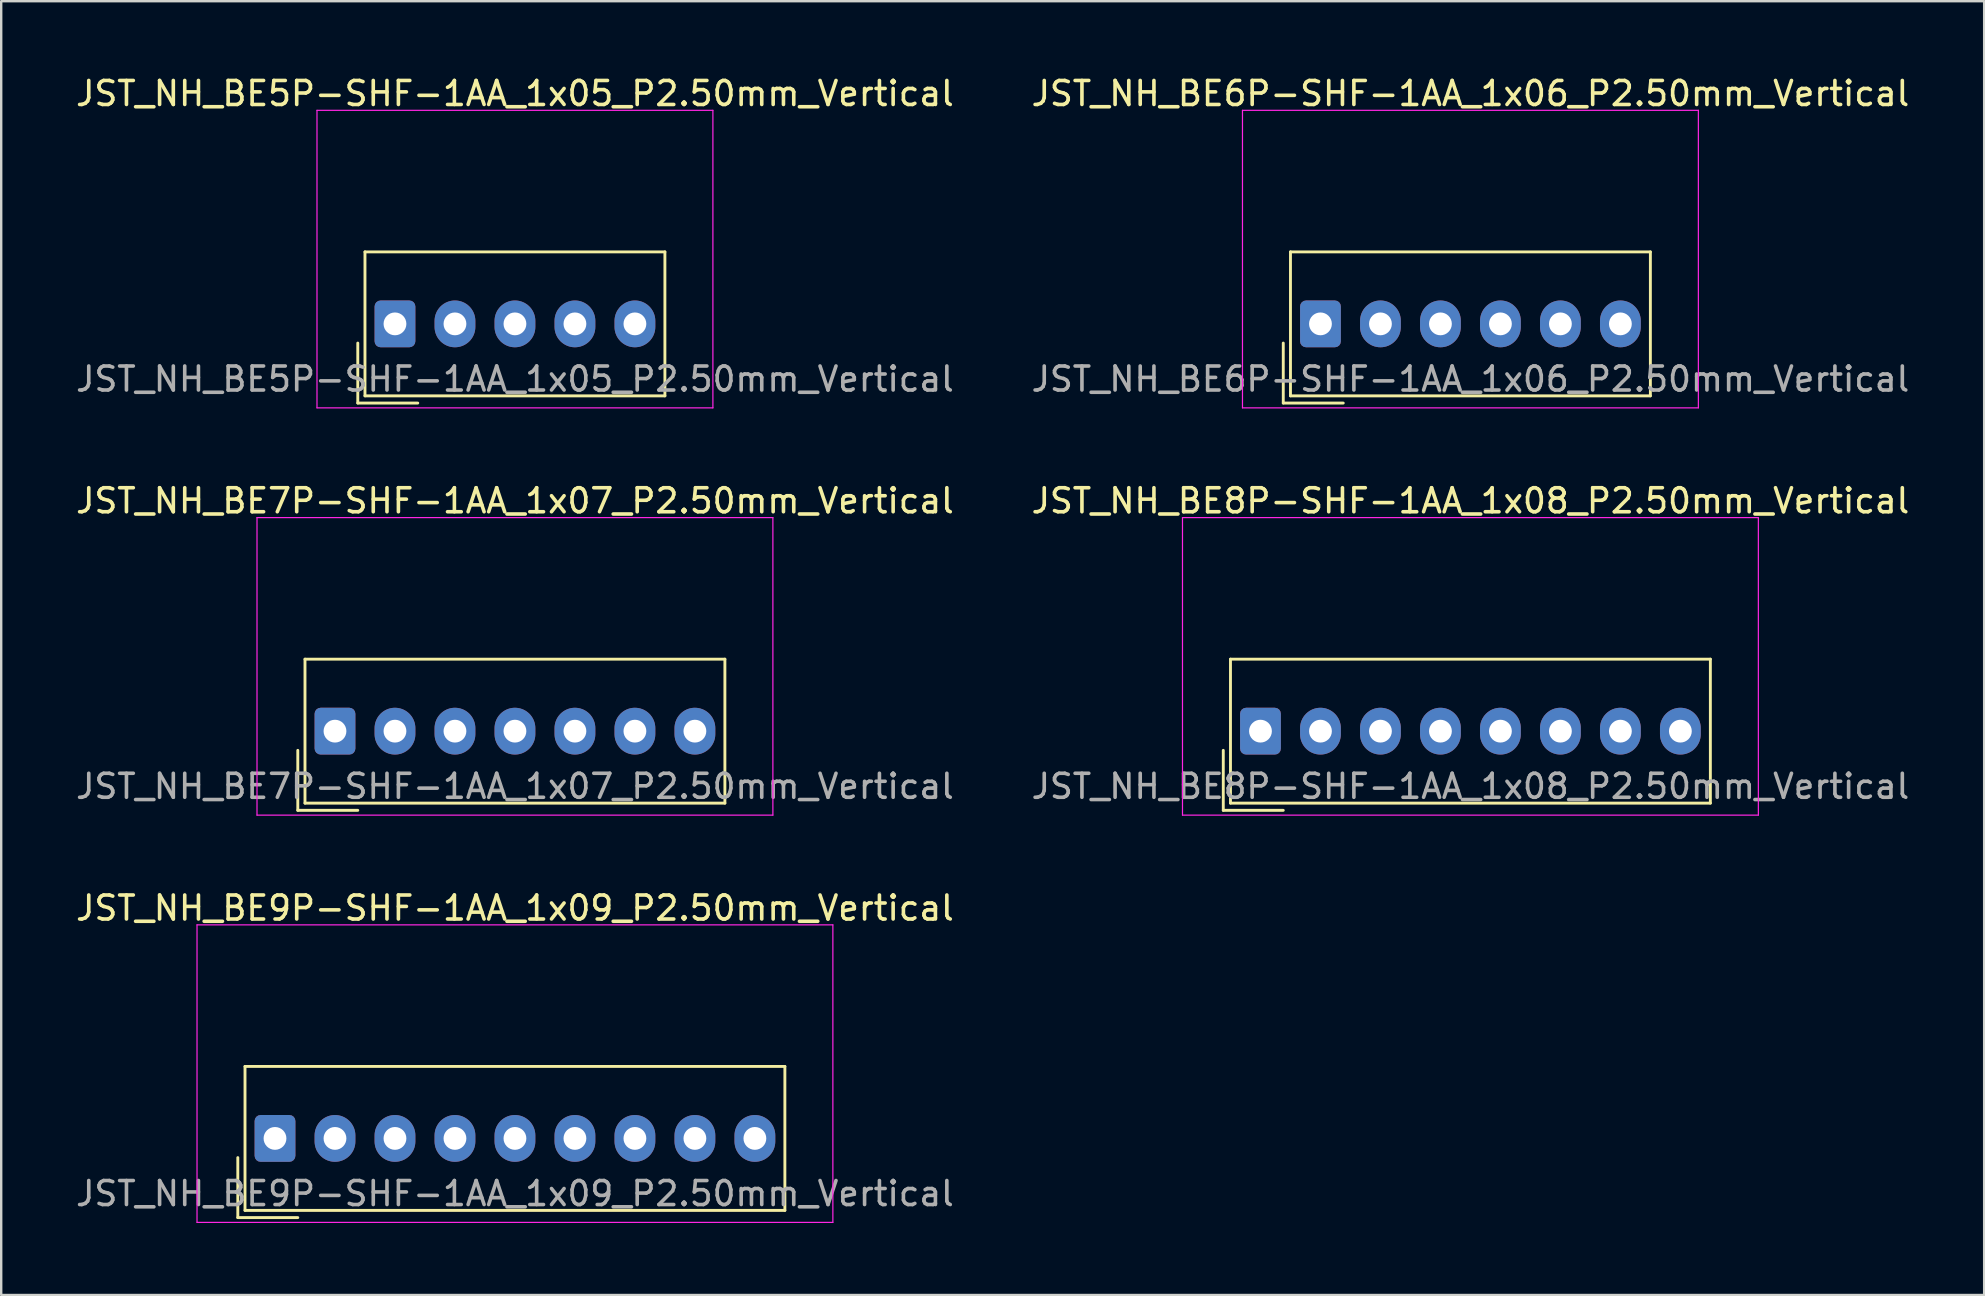
<source format=kicad_pcb>
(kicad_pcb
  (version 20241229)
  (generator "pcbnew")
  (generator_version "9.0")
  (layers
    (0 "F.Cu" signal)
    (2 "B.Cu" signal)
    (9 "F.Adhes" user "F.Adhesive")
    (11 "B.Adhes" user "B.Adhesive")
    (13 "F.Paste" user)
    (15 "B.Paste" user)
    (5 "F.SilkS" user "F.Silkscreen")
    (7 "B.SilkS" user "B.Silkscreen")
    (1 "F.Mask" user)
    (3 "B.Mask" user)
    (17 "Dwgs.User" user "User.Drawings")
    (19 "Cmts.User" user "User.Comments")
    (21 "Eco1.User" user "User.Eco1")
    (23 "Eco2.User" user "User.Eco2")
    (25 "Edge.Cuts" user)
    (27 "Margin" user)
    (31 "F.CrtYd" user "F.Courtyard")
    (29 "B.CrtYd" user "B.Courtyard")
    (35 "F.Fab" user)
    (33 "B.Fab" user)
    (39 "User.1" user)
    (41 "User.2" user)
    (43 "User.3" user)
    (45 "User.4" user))
  (footprint "JST_NH_BE7P-SHF-1AA_1x07_P2.50mm_Vertical"
    (layer "F.Cu")
    (at 10.911 27.422)
    (property "Reference" "JST_NH_BE7P-SHF-1AA_1x07_P2.50mm_Vertical" (at 7.5 -9.6 0) (layer "F.SilkS") (effects (font (size 1 1) (thickness 0.15))))
    (attr through_hole)
    (fp_line (start -1.55 0.8) (end -1.55 3.3) (stroke (width 0.12) (type solid)) (layer "F.SilkS"))
    (fp_line (start -1.55 3.3) (end 0.95 3.3) (stroke (width 0.12) (type solid)) (layer "F.SilkS"))
    (fp_line (start -1.25 -3) (end -1.25 3) (stroke (width 0.12) (type solid)) (layer "F.SilkS"))
    (fp_line (start -1.25 3) (end 16.25 3) (stroke (width 0.12) (type solid)) (layer "F.SilkS"))
    (fp_line (start 16.25 -3) (end -1.25 -3) (stroke (width 0.12) (type solid)) (layer "F.SilkS"))
    (fp_line (start 16.25 3) (end 16.25 -3) (stroke (width 0.12) (type solid)) (layer "F.SilkS"))
    (fp_line (start -3.25 -8.9) (end -3.25 3.5) (stroke (width 0.05) (type solid)) (layer "F.CrtYd"))
    (fp_line (start -3.25 3.5) (end 18.25 3.5) (stroke (width 0.05) (type solid)) (layer "F.CrtYd"))
    (fp_line (start 18.25 -8.9) (end -3.25 -8.9) (stroke (width 0.05) (type solid)) (layer "F.CrtYd"))
    (fp_line (start 18.25 3.5) (end 18.25 -8.9) (stroke (width 0.05) (type solid)) (layer "F.CrtYd"))
    (fp_text user "${REFERENCE}" (at 7.5 2.3 0) (layer "F.Fab") (effects (font (size 1 1) (thickness 0.15))))
    (pad "1" thru_hole roundrect (at 0 0) (size 1.7 1.95) (drill 0.95) (layers "*.Cu" "*.Mask") (roundrect_rratio 0.147))
    (pad "2" thru_hole oval (at 2.5 0) (size 1.7 1.95) (drill 0.95) (layers "*.Cu" "*.Mask"))
    (pad "3" thru_hole oval (at 5 0) (size 1.7 1.95) (drill 0.95) (layers "*.Cu" "*.Mask"))
    (pad "4" thru_hole oval (at 7.5 0) (size 1.7 1.95) (drill 0.95) (layers "*.Cu" "*.Mask"))
    (pad "5" thru_hole oval (at 10 0) (size 1.7 1.95) (drill 0.95) (layers "*.Cu" "*.Mask"))
    (pad "6" thru_hole oval (at 12.5 0) (size 1.7 1.95) (drill 0.95) (layers "*.Cu" "*.Mask"))
    (pad "7" thru_hole oval (at 15 0) (size 1.7 1.95) (drill 0.95) (layers "*.Cu" "*.Mask")))
  (footprint "JST_NH_BE9P-SHF-1AA_1x09_P2.50mm_Vertical"
    (layer "F.Cu")
    (at 8.411 44.395)
    (property "Reference" "JST_NH_BE9P-SHF-1AA_1x09_P2.50mm_Vertical" (at 10 -9.6 0) (layer "F.SilkS") (effects (font (size 1 1) (thickness 0.15))))
    (attr through_hole)
    (fp_line (start -1.55 0.8) (end -1.55 3.3) (stroke (width 0.12) (type solid)) (layer "F.SilkS"))
    (fp_line (start -1.55 3.3) (end 0.95 3.3) (stroke (width 0.12) (type solid)) (layer "F.SilkS"))
    (fp_line (start -1.25 -3) (end -1.25 3) (stroke (width 0.12) (type solid)) (layer "F.SilkS"))
    (fp_line (start -1.25 3) (end 21.25 3) (stroke (width 0.12) (type solid)) (layer "F.SilkS"))
    (fp_line (start 21.25 -3) (end -1.25 -3) (stroke (width 0.12) (type solid)) (layer "F.SilkS"))
    (fp_line (start 21.25 3) (end 21.25 -3) (stroke (width 0.12) (type solid)) (layer "F.SilkS"))
    (fp_line (start -3.25 -8.9) (end -3.25 3.5) (stroke (width 0.05) (type solid)) (layer "F.CrtYd"))
    (fp_line (start -3.25 3.5) (end 23.25 3.5) (stroke (width 0.05) (type solid)) (layer "F.CrtYd"))
    (fp_line (start 23.25 -8.9) (end -3.25 -8.9) (stroke (width 0.05) (type solid)) (layer "F.CrtYd"))
    (fp_line (start 23.25 3.5) (end 23.25 -8.9) (stroke (width 0.05) (type solid)) (layer "F.CrtYd"))
    (fp_text user "${REFERENCE}" (at 10 2.3 0) (layer "F.Fab") (effects (font (size 1 1) (thickness 0.15))))
    (pad "1" thru_hole roundrect (at 0 0) (size 1.7 1.95) (drill 0.95) (layers "*.Cu" "*.Mask") (roundrect_rratio 0.147))
    (pad "2" thru_hole oval (at 2.5 0) (size 1.7 1.95) (drill 0.95) (layers "*.Cu" "*.Mask"))
    (pad "3" thru_hole oval (at 5 0) (size 1.7 1.95) (drill 0.95) (layers "*.Cu" "*.Mask"))
    (pad "4" thru_hole oval (at 7.5 0) (size 1.7 1.95) (drill 0.95) (layers "*.Cu" "*.Mask"))
    (pad "5" thru_hole oval (at 10 0) (size 1.7 1.95) (drill 0.95) (layers "*.Cu" "*.Mask"))
    (pad "6" thru_hole oval (at 12.5 0) (size 1.7 1.95) (drill 0.95) (layers "*.Cu" "*.Mask"))
    (pad "7" thru_hole oval (at 15 0) (size 1.7 1.95) (drill 0.95) (layers "*.Cu" "*.Mask"))
    (pad "8" thru_hole oval (at 17.5 0) (size 1.7 1.95) (drill 0.95) (layers "*.Cu" "*.Mask"))
    (pad "9" thru_hole oval (at 20 0) (size 1.7 1.95) (drill 0.95) (layers "*.Cu" "*.Mask")))
  (footprint "JST_NH_BE5P-SHF-1AA_1x05_P2.50mm_Vertical"
    (layer "F.Cu")
    (at 13.411 10.448)
    (property "Reference" "JST_NH_BE5P-SHF-1AA_1x05_P2.50mm_Vertical" (at 5 -9.6 0) (layer "F.SilkS") (effects (font (size 1 1) (thickness 0.15))))
    (attr through_hole)
    (fp_line (start -1.55 0.8) (end -1.55 3.3) (stroke (width 0.12) (type solid)) (layer "F.SilkS"))
    (fp_line (start -1.55 3.3) (end 0.95 3.3) (stroke (width 0.12) (type solid)) (layer "F.SilkS"))
    (fp_line (start -1.25 -3) (end -1.25 3) (stroke (width 0.12) (type solid)) (layer "F.SilkS"))
    (fp_line (start -1.25 3) (end 11.25 3) (stroke (width 0.12) (type solid)) (layer "F.SilkS"))
    (fp_line (start 11.25 -3) (end -1.25 -3) (stroke (width 0.12) (type solid)) (layer "F.SilkS"))
    (fp_line (start 11.25 3) (end 11.25 -3) (stroke (width 0.12) (type solid)) (layer "F.SilkS"))
    (fp_line (start -3.25 -8.9) (end -3.25 3.5) (stroke (width 0.05) (type solid)) (layer "F.CrtYd"))
    (fp_line (start -3.25 3.5) (end 13.25 3.5) (stroke (width 0.05) (type solid)) (layer "F.CrtYd"))
    (fp_line (start 13.25 -8.9) (end -3.25 -8.9) (stroke (width 0.05) (type solid)) (layer "F.CrtYd"))
    (fp_line (start 13.25 3.5) (end 13.25 -8.9) (stroke (width 0.05) (type solid)) (layer "F.CrtYd"))
    (fp_text user "${REFERENCE}" (at 5 2.3 0) (layer "F.Fab") (effects (font (size 1 1) (thickness 0.15))))
    (pad "1" thru_hole roundrect (at 0 0) (size 1.7 1.95) (drill 0.95) (layers "*.Cu" "*.Mask") (roundrect_rratio 0.147))
    (pad "2" thru_hole oval (at 2.5 0) (size 1.7 1.95) (drill 0.95) (layers "*.Cu" "*.Mask"))
    (pad "3" thru_hole oval (at 5 0) (size 1.7 1.95) (drill 0.95) (layers "*.Cu" "*.Mask"))
    (pad "4" thru_hole oval (at 7.5 0) (size 1.7 1.95) (drill 0.95) (layers "*.Cu" "*.Mask"))
    (pad "5" thru_hole oval (at 10 0) (size 1.7 1.95) (drill 0.95) (layers "*.Cu" "*.Mask")))
  (footprint "JST_NH_BE8P-SHF-1AA_1x08_P2.50mm_Vertical"
    (layer "F.Cu")
    (at 49.482 27.422)
    (property "Reference" "JST_NH_BE8P-SHF-1AA_1x08_P2.50mm_Vertical" (at 8.75 -9.6 0) (layer "F.SilkS") (effects (font (size 1 1) (thickness 0.15))))
    (attr through_hole)
    (fp_line (start -1.55 0.8) (end -1.55 3.3) (stroke (width 0.12) (type solid)) (layer "F.SilkS"))
    (fp_line (start -1.55 3.3) (end 0.95 3.3) (stroke (width 0.12) (type solid)) (layer "F.SilkS"))
    (fp_line (start -1.25 -3) (end -1.25 3) (stroke (width 0.12) (type solid)) (layer "F.SilkS"))
    (fp_line (start -1.25 3) (end 18.75 3) (stroke (width 0.12) (type solid)) (layer "F.SilkS"))
    (fp_line (start 18.75 -3) (end -1.25 -3) (stroke (width 0.12) (type solid)) (layer "F.SilkS"))
    (fp_line (start 18.75 3) (end 18.75 -3) (stroke (width 0.12) (type solid)) (layer "F.SilkS"))
    (fp_line (start -3.25 -8.9) (end -3.25 3.5) (stroke (width 0.05) (type solid)) (layer "F.CrtYd"))
    (fp_line (start -3.25 3.5) (end 20.75 3.5) (stroke (width 0.05) (type solid)) (layer "F.CrtYd"))
    (fp_line (start 20.75 -8.9) (end -3.25 -8.9) (stroke (width 0.05) (type solid)) (layer "F.CrtYd"))
    (fp_line (start 20.75 3.5) (end 20.75 -8.9) (stroke (width 0.05) (type solid)) (layer "F.CrtYd"))
    (fp_text user "${REFERENCE}" (at 8.75 2.3 0) (layer "F.Fab") (effects (font (size 1 1) (thickness 0.15))))
    (pad "1" thru_hole roundrect (at 0 0) (size 1.7 1.95) (drill 0.95) (layers "*.Cu" "*.Mask") (roundrect_rratio 0.147))
    (pad "2" thru_hole oval (at 2.5 0) (size 1.7 1.95) (drill 0.95) (layers "*.Cu" "*.Mask"))
    (pad "3" thru_hole oval (at 5 0) (size 1.7 1.95) (drill 0.95) (layers "*.Cu" "*.Mask"))
    (pad "4" thru_hole oval (at 7.5 0) (size 1.7 1.95) (drill 0.95) (layers "*.Cu" "*.Mask"))
    (pad "5" thru_hole oval (at 10 0) (size 1.7 1.95) (drill 0.95) (layers "*.Cu" "*.Mask"))
    (pad "6" thru_hole oval (at 12.5 0) (size 1.7 1.95) (drill 0.95) (layers "*.Cu" "*.Mask"))
    (pad "7" thru_hole oval (at 15 0) (size 1.7 1.95) (drill 0.95) (layers "*.Cu" "*.Mask"))
    (pad "8" thru_hole oval (at 17.5 0) (size 1.7 1.95) (drill 0.95) (layers "*.Cu" "*.Mask")))
  (footprint "JST_NH_BE6P-SHF-1AA_1x06_P2.50mm_Vertical"
    (layer "F.Cu")
    (at 51.982 10.448)
    (property "Reference" "JST_NH_BE6P-SHF-1AA_1x06_P2.50mm_Vertical" (at 6.25 -9.6 0) (layer "F.SilkS") (effects (font (size 1 1) (thickness 0.15))))
    (attr through_hole)
    (fp_line (start -1.55 0.8) (end -1.55 3.3) (stroke (width 0.12) (type solid)) (layer "F.SilkS"))
    (fp_line (start -1.55 3.3) (end 0.95 3.3) (stroke (width 0.12) (type solid)) (layer "F.SilkS"))
    (fp_line (start -1.25 -3) (end -1.25 3) (stroke (width 0.12) (type solid)) (layer "F.SilkS"))
    (fp_line (start -1.25 3) (end 13.75 3) (stroke (width 0.12) (type solid)) (layer "F.SilkS"))
    (fp_line (start 13.75 -3) (end -1.25 -3) (stroke (width 0.12) (type solid)) (layer "F.SilkS"))
    (fp_line (start 13.75 3) (end 13.75 -3) (stroke (width 0.12) (type solid)) (layer "F.SilkS"))
    (fp_line (start -3.25 -8.9) (end -3.25 3.5) (stroke (width 0.05) (type solid)) (layer "F.CrtYd"))
    (fp_line (start -3.25 3.5) (end 15.75 3.5) (stroke (width 0.05) (type solid)) (layer "F.CrtYd"))
    (fp_line (start 15.75 -8.9) (end -3.25 -8.9) (stroke (width 0.05) (type solid)) (layer "F.CrtYd"))
    (fp_line (start 15.75 3.5) (end 15.75 -8.9) (stroke (width 0.05) (type solid)) (layer "F.CrtYd"))
    (fp_text user "${REFERENCE}" (at 6.25 2.3 0) (layer "F.Fab") (effects (font (size 1 1) (thickness 0.15))))
    (pad "1" thru_hole roundrect (at 0 0) (size 1.7 1.95) (drill 0.95) (layers "*.Cu" "*.Mask") (roundrect_rratio 0.147))
    (pad "2" thru_hole oval (at 2.5 0) (size 1.7 1.95) (drill 0.95) (layers "*.Cu" "*.Mask"))
    (pad "3" thru_hole oval (at 5 0) (size 1.7 1.95) (drill 0.95) (layers "*.Cu" "*.Mask"))
    (pad "4" thru_hole oval (at 7.5 0) (size 1.7 1.95) (drill 0.95) (layers "*.Cu" "*.Mask"))
    (pad "5" thru_hole oval (at 10 0) (size 1.7 1.95) (drill 0.95) (layers "*.Cu" "*.Mask"))
    (pad "6" thru_hole oval (at 12.5 0) (size 1.7 1.95) (drill 0.95) (layers "*.Cu" "*.Mask")))
  (gr_rect
    (start -3 -3)
    (end 79.643 50.92)
    (stroke (width 0.1) (type default))
    (fill no)
    (layer "Edge.Cuts")))
</source>
